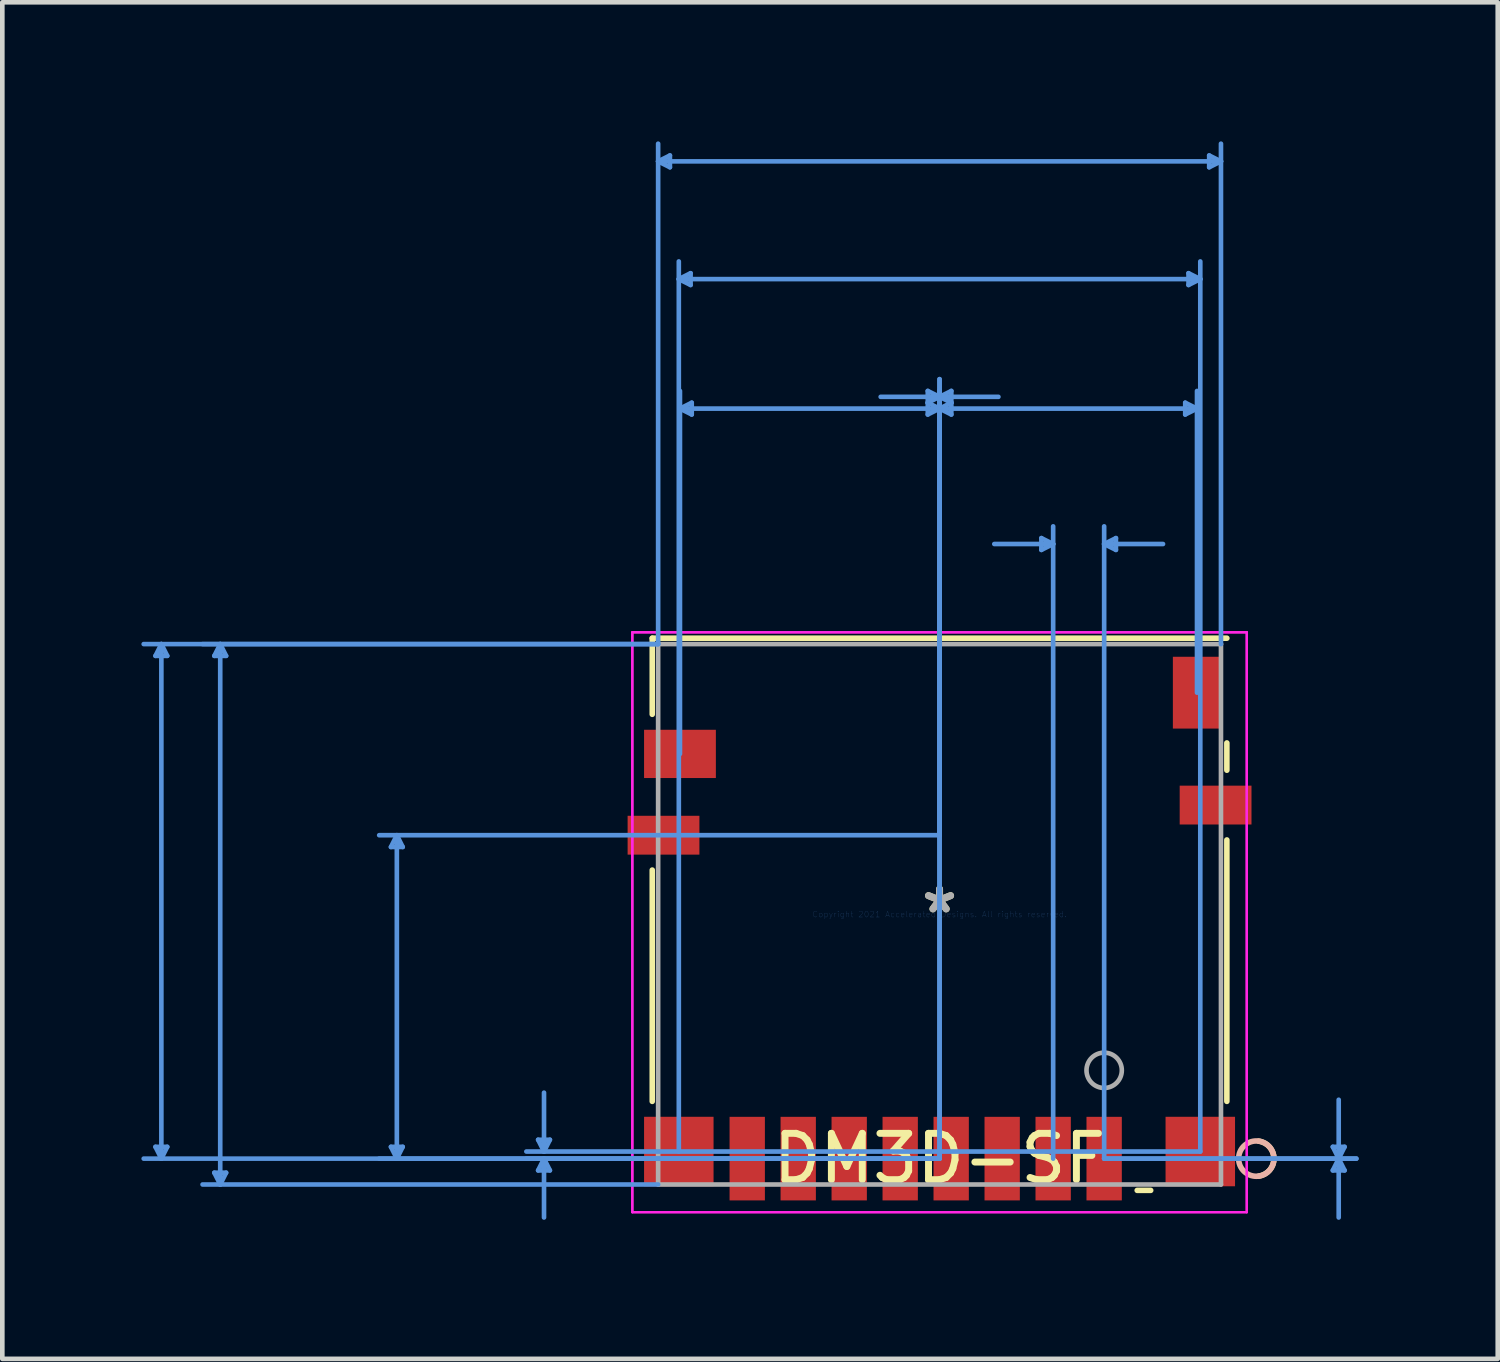
<source format=kicad_pcb>
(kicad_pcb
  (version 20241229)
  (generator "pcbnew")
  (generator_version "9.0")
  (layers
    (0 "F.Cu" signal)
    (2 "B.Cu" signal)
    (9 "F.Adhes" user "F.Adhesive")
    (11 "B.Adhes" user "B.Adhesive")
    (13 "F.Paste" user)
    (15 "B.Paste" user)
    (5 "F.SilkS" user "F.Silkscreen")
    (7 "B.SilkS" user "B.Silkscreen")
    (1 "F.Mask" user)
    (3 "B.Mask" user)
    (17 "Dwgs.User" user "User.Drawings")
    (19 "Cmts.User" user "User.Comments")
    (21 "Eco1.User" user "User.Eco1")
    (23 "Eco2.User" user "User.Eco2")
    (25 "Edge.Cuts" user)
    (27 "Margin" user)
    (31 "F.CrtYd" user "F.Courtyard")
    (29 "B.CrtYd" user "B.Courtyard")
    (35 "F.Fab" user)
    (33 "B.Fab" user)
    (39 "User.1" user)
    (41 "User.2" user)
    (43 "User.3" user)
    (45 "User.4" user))
  (footprint "DM3D-SF"
    (layer "F.Cu")
    (at 17.219 16.674)
    (property "Reference" "DM3D-SF" (at 0 5.271 0) (layer "F.SilkS") (effects (font (size 1 1) (thickness 0.15))))
    (attr through_hole)
    (fp_line (start -6.198 -5.956) (end -6.198 -4.314) (stroke (width 0.12) (type solid)) (layer "F.SilkS"))
    (fp_line (start -6.198 -0.954) (end -6.198 4.036) (stroke (width 0.12) (type solid)) (layer "F.SilkS"))
    (fp_line (start 4.264 5.956) (end 4.555 5.956) (stroke (width 0.12) (type solid)) (layer "F.SilkS"))
    (fp_line (start 6.198 -5.956) (end -6.198 -5.956) (stroke (width 0.12) (type solid)) (layer "F.SilkS"))
    (fp_line (start 6.198 -3.108) (end 6.198 -3.697) (stroke (width 0.12) (type solid)) (layer "F.SilkS"))
    (fp_line (start 6.198 4.036) (end 6.198 -1.604) (stroke (width 0.12) (type solid)) (layer "F.SilkS"))
    (fp_arc (start 6.88484 4.893299) (mid 7.119884 5.020443) (end 7.2136 5.270701) (stroke (width 0.12) (type solid)) (layer "F.SilkS"))
    (fp_arc (start 7.213599 5.270701) (mid 7.119883 5.520958) (end 6.88484 5.648102) (stroke (width 0.12) (type solid)) (layer "F.SilkS"))
    (fp_circle (center 6.833 5.271) (end 7.214 5.271) (stroke (width 0.12) (type solid)) (fill no) (layer "B.SilkS"))
    (fp_line (start -16.915 -5.575) (end -16.661 -5.575) (stroke (width 0.1) (type solid)) (layer "Cmts.User"))
    (fp_line (start -16.915 5.017) (end -16.661 5.017) (stroke (width 0.1) (type solid)) (layer "Cmts.User"))
    (fp_line (start -16.788 -5.829) (end -16.915 -5.575) (stroke (width 0.1) (type solid)) (layer "Cmts.User"))
    (fp_line (start -16.788 -5.829) (end -16.788 5.271) (stroke (width 0.1) (type solid)) (layer "Cmts.User"))
    (fp_line (start -16.788 -5.829) (end -16.661 -5.575) (stroke (width 0.1) (type solid)) (layer "Cmts.User"))
    (fp_line (start -16.788 5.271) (end -16.915 5.017) (stroke (width 0.1) (type solid)) (layer "Cmts.User"))
    (fp_line (start -16.788 5.271) (end -16.661 5.017) (stroke (width 0.1) (type solid)) (layer "Cmts.User"))
    (fp_line (start -15.645 -5.575) (end -15.391 -5.575) (stroke (width 0.1) (type solid)) (layer "Cmts.User"))
    (fp_line (start -15.645 5.575) (end -15.391 5.575) (stroke (width 0.1) (type solid)) (layer "Cmts.User"))
    (fp_line (start -15.518 -5.829) (end -15.645 -5.575) (stroke (width 0.1) (type solid)) (layer "Cmts.User"))
    (fp_line (start -15.518 -5.829) (end -15.518 5.829) (stroke (width 0.1) (type solid)) (layer "Cmts.User"))
    (fp_line (start -15.518 -5.829) (end -15.391 -5.575) (stroke (width 0.1) (type solid)) (layer "Cmts.User"))
    (fp_line (start -15.518 5.829) (end -15.645 5.575) (stroke (width 0.1) (type solid)) (layer "Cmts.User"))
    (fp_line (start -15.518 5.829) (end -15.391 5.575) (stroke (width 0.1) (type solid)) (layer "Cmts.User"))
    (fp_line (start -11.835 -1.452) (end -11.581 -1.452) (stroke (width 0.1) (type solid)) (layer "Cmts.User"))
    (fp_line (start -11.835 5.017) (end -11.581 5.017) (stroke (width 0.1) (type solid)) (layer "Cmts.User"))
    (fp_line (start -11.708 -1.706) (end -11.835 -1.452) (stroke (width 0.1) (type solid)) (layer "Cmts.User"))
    (fp_line (start -11.708 -1.706) (end -11.708 5.271) (stroke (width 0.1) (type solid)) (layer "Cmts.User"))
    (fp_line (start -11.708 -1.706) (end -11.581 -1.452) (stroke (width 0.1) (type solid)) (layer "Cmts.User"))
    (fp_line (start -11.708 5.271) (end -11.835 5.017) (stroke (width 0.1) (type solid)) (layer "Cmts.User"))
    (fp_line (start -11.708 5.271) (end -11.581 5.017) (stroke (width 0.1) (type solid)) (layer "Cmts.User"))
    (fp_line (start -8.66 4.864) (end -8.406 4.864) (stroke (width 0.1) (type solid)) (layer "Cmts.User"))
    (fp_line (start -8.66 5.525) (end -8.406 5.525) (stroke (width 0.1) (type solid)) (layer "Cmts.User"))
    (fp_line (start -8.533 5.118) (end -8.66 4.864) (stroke (width 0.1) (type solid)) (layer "Cmts.User"))
    (fp_line (start -8.533 5.118) (end -8.533 3.848) (stroke (width 0.1) (type solid)) (layer "Cmts.User"))
    (fp_line (start -8.533 5.118) (end -8.406 4.864) (stroke (width 0.1) (type solid)) (layer "Cmts.User"))
    (fp_line (start -8.533 5.271) (end -8.66 5.525) (stroke (width 0.1) (type solid)) (layer "Cmts.User"))
    (fp_line (start -8.533 5.271) (end -8.533 6.541) (stroke (width 0.1) (type solid)) (layer "Cmts.User"))
    (fp_line (start -8.533 5.271) (end -8.406 5.525) (stroke (width 0.1) (type solid)) (layer "Cmts.User"))
    (fp_line (start -6.071 -16.243) (end -5.817 -16.37) (stroke (width 0.1) (type solid)) (layer "Cmts.User"))
    (fp_line (start -6.071 -16.243) (end -5.817 -16.116) (stroke (width 0.1) (type solid)) (layer "Cmts.User"))
    (fp_line (start -6.071 -16.243) (end 6.071 -16.243) (stroke (width 0.1) (type solid)) (layer "Cmts.User"))
    (fp_line (start -6.071 -5.829) (end -17.169 -5.829) (stroke (width 0.1) (type solid)) (layer "Cmts.User"))
    (fp_line (start -6.071 -5.829) (end -15.899 -5.829) (stroke (width 0.1) (type solid)) (layer "Cmts.User"))
    (fp_line (start -6.071 -5.829) (end -6.071 -16.624) (stroke (width 0.1) (type solid)) (layer "Cmts.User"))
    (fp_line (start -6.071 5.829) (end -15.899 5.829) (stroke (width 0.1) (type solid)) (layer "Cmts.User"))
    (fp_line (start -5.817 -16.37) (end -5.817 -16.116) (stroke (width 0.1) (type solid)) (layer "Cmts.User"))
    (fp_line (start -5.625 -13.703) (end -5.371 -13.83) (stroke (width 0.1) (type solid)) (layer "Cmts.User"))
    (fp_line (start -5.625 -13.703) (end -5.371 -13.576) (stroke (width 0.1) (type solid)) (layer "Cmts.User"))
    (fp_line (start -5.625 -13.703) (end 5.625 -13.703) (stroke (width 0.1) (type solid)) (layer "Cmts.User"))
    (fp_line (start -5.625 5.118) (end -5.625 -14.084) (stroke (width 0.1) (type solid)) (layer "Cmts.User"))
    (fp_line (start -5.6 -10.909) (end -5.346 -11.036) (stroke (width 0.1) (type solid)) (layer "Cmts.User"))
    (fp_line (start -5.6 -10.909) (end -5.346 -10.782) (stroke (width 0.1) (type solid)) (layer "Cmts.User"))
    (fp_line (start -5.6 -10.909) (end 0 -10.909) (stroke (width 0.1) (type solid)) (layer "Cmts.User"))
    (fp_line (start -5.6 -3.46) (end -5.6 -11.29) (stroke (width 0.1) (type solid)) (layer "Cmts.User"))
    (fp_line (start -5.371 -13.83) (end -5.371 -13.576) (stroke (width 0.1) (type solid)) (layer "Cmts.User"))
    (fp_line (start -5.346 -11.036) (end -5.346 -10.782) (stroke (width 0.1) (type solid)) (layer "Cmts.User"))
    (fp_line (start -0.254 -11.29) (end -0.254 -11.036) (stroke (width 0.1) (type solid)) (layer "Cmts.User"))
    (fp_line (start -0.254 -11.036) (end -0.254 -10.782) (stroke (width 0.1) (type solid)) (layer "Cmts.User"))
    (fp_line (start 0 -11.163) (end -1.27 -11.163) (stroke (width 0.1) (type solid)) (layer "Cmts.User"))
    (fp_line (start 0 -11.163) (end -0.254 -11.29) (stroke (width 0.1) (type solid)) (layer "Cmts.User"))
    (fp_line (start 0 -11.163) (end -0.254 -11.036) (stroke (width 0.1) (type solid)) (layer "Cmts.User"))
    (fp_line (start 0 -11.163) (end 0.254 -11.29) (stroke (width 0.1) (type solid)) (layer "Cmts.User"))
    (fp_line (start 0 -11.163) (end 0.254 -11.036) (stroke (width 0.1) (type solid)) (layer "Cmts.User"))
    (fp_line (start 0 -11.163) (end 1.27 -11.163) (stroke (width 0.1) (type solid)) (layer "Cmts.User"))
    (fp_line (start 0 -10.909) (end -0.254 -11.036) (stroke (width 0.1) (type solid)) (layer "Cmts.User"))
    (fp_line (start 0 -10.909) (end -0.254 -10.782) (stroke (width 0.1) (type solid)) (layer "Cmts.User"))
    (fp_line (start 0 -10.909) (end 0.254 -11.036) (stroke (width 0.1) (type solid)) (layer "Cmts.User"))
    (fp_line (start 0 -10.909) (end 0.254 -10.782) (stroke (width 0.1) (type solid)) (layer "Cmts.User"))
    (fp_line (start 0 -10.909) (end 5.554 -10.909) (stroke (width 0.1) (type solid)) (layer "Cmts.User"))
    (fp_line (start 0 -1.706) (end -12.089 -1.706) (stroke (width 0.1) (type solid)) (layer "Cmts.User"))
    (fp_line (start 0 -1.706) (end 0 -11.544) (stroke (width 0.1) (type solid)) (layer "Cmts.User"))
    (fp_line (start 0 -1.706) (end 0 -11.544) (stroke (width 0.1) (type solid)) (layer "Cmts.User"))
    (fp_line (start 0 5.271) (end -17.169 5.271) (stroke (width 0.1) (type solid)) (layer "Cmts.User"))
    (fp_line (start 0 5.271) (end -12.089 5.271) (stroke (width 0.1) (type solid)) (layer "Cmts.User"))
    (fp_line (start 0 5.271) (end -8.914 5.271) (stroke (width 0.1) (type solid)) (layer "Cmts.User"))
    (fp_line (start 0 5.271) (end 0 -11.29) (stroke (width 0.1) (type solid)) (layer "Cmts.User"))
    (fp_line (start 0 5.271) (end 0 -11.29) (stroke (width 0.1) (type solid)) (layer "Cmts.User"))
    (fp_line (start 0.254 -11.29) (end 0.254 -11.036) (stroke (width 0.1) (type solid)) (layer "Cmts.User"))
    (fp_line (start 0.254 -11.036) (end 0.254 -10.782) (stroke (width 0.1) (type solid)) (layer "Cmts.User"))
    (fp_line (start 2.197 -8.115) (end 2.197 -7.861) (stroke (width 0.1) (type solid)) (layer "Cmts.User"))
    (fp_line (start 2.451 -7.988) (end 1.181 -7.988) (stroke (width 0.1) (type solid)) (layer "Cmts.User"))
    (fp_line (start 2.451 -7.988) (end 2.197 -8.115) (stroke (width 0.1) (type solid)) (layer "Cmts.User"))
    (fp_line (start 2.451 -7.988) (end 2.197 -7.861) (stroke (width 0.1) (type solid)) (layer "Cmts.User"))
    (fp_line (start 2.451 5.271) (end 2.451 -8.369) (stroke (width 0.1) (type solid)) (layer "Cmts.User"))
    (fp_line (start 3.551 -7.988) (end 3.805 -8.115) (stroke (width 0.1) (type solid)) (layer "Cmts.User"))
    (fp_line (start 3.551 -7.988) (end 3.805 -7.861) (stroke (width 0.1) (type solid)) (layer "Cmts.User"))
    (fp_line (start 3.551 -7.988) (end 4.821 -7.988) (stroke (width 0.1) (type solid)) (layer "Cmts.User"))
    (fp_line (start 3.551 5.271) (end 3.551 -8.369) (stroke (width 0.1) (type solid)) (layer "Cmts.User"))
    (fp_line (start 3.551 5.271) (end 8.992 5.271) (stroke (width 0.1) (type solid)) (layer "Cmts.User"))
    (fp_line (start 3.551 5.271) (end 8.992 5.271) (stroke (width 0.1) (type solid)) (layer "Cmts.User"))
    (fp_line (start 3.805 -8.115) (end 3.805 -7.861) (stroke (width 0.1) (type solid)) (layer "Cmts.User"))
    (fp_line (start 5.3 -11.036) (end 5.3 -10.782) (stroke (width 0.1) (type solid)) (layer "Cmts.User"))
    (fp_line (start 5.371 -13.83) (end 5.371 -13.576) (stroke (width 0.1) (type solid)) (layer "Cmts.User"))
    (fp_line (start 5.554 -10.909) (end 5.3 -11.036) (stroke (width 0.1) (type solid)) (layer "Cmts.User"))
    (fp_line (start 5.554 -10.909) (end 5.3 -10.782) (stroke (width 0.1) (type solid)) (layer "Cmts.User"))
    (fp_line (start 5.554 -4.781) (end 5.554 -11.29) (stroke (width 0.1) (type solid)) (layer "Cmts.User"))
    (fp_line (start 5.625 -13.703) (end 5.371 -13.83) (stroke (width 0.1) (type solid)) (layer "Cmts.User"))
    (fp_line (start 5.625 -13.703) (end 5.371 -13.576) (stroke (width 0.1) (type solid)) (layer "Cmts.User"))
    (fp_line (start 5.625 5.118) (end -8.914 5.118) (stroke (width 0.1) (type solid)) (layer "Cmts.User"))
    (fp_line (start 5.625 5.118) (end 5.625 -14.084) (stroke (width 0.1) (type solid)) (layer "Cmts.User"))
    (fp_line (start 5.817 -16.37) (end 5.817 -16.116) (stroke (width 0.1) (type solid)) (layer "Cmts.User"))
    (fp_line (start 6.071 -16.243) (end 5.817 -16.37) (stroke (width 0.1) (type solid)) (layer "Cmts.User"))
    (fp_line (start 6.071 -16.243) (end 5.817 -16.116) (stroke (width 0.1) (type solid)) (layer "Cmts.User"))
    (fp_line (start 6.071 -5.829) (end 6.071 -16.624) (stroke (width 0.1) (type solid)) (layer "Cmts.User"))
    (fp_line (start 8.484 5.017) (end 8.738 5.017) (stroke (width 0.1) (type solid)) (layer "Cmts.User"))
    (fp_line (start 8.484 5.525) (end 8.738 5.525) (stroke (width 0.1) (type solid)) (layer "Cmts.User"))
    (fp_line (start 8.611 5.271) (end 8.484 5.017) (stroke (width 0.1) (type solid)) (layer "Cmts.User"))
    (fp_line (start 8.611 5.271) (end 8.484 5.525) (stroke (width 0.1) (type solid)) (layer "Cmts.User"))
    (fp_line (start 8.611 5.271) (end 8.611 4.001) (stroke (width 0.1) (type solid)) (layer "Cmts.User"))
    (fp_line (start 8.611 5.271) (end 8.611 6.541) (stroke (width 0.1) (type solid)) (layer "Cmts.User"))
    (fp_line (start 8.611 5.271) (end 8.738 5.017) (stroke (width 0.1) (type solid)) (layer "Cmts.User"))
    (fp_line (start 8.611 5.271) (end 8.738 5.525) (stroke (width 0.1) (type solid)) (layer "Cmts.User"))
    (fp_line (start -6.628 -6.083) (end -6.628 6.426) (stroke (width 0.05) (type solid)) (layer "F.CrtYd"))
    (fp_line (start -6.628 -6.083) (end -6.628 6.426) (stroke (width 0.05) (type solid)) (layer "F.CrtYd"))
    (fp_line (start -6.628 6.426) (end 6.628 6.426) (stroke (width 0.05) (type solid)) (layer "F.CrtYd"))
    (fp_line (start -6.628 6.426) (end 6.628 6.426) (stroke (width 0.05) (type solid)) (layer "F.CrtYd"))
    (fp_line (start 6.628 -6.083) (end -6.628 -6.083) (stroke (width 0.05) (type solid)) (layer "F.CrtYd"))
    (fp_line (start 6.628 -6.083) (end -6.628 -6.083) (stroke (width 0.05) (type solid)) (layer "F.CrtYd"))
    (fp_line (start 6.628 6.426) (end 6.628 -6.083) (stroke (width 0.05) (type solid)) (layer "F.CrtYd"))
    (fp_line (start 6.628 6.426) (end 6.628 -6.083) (stroke (width 0.05) (type solid)) (layer "F.CrtYd"))
    (fp_line (start -6.071 -5.829) (end -6.071 5.829) (stroke (width 0.1) (type solid)) (layer "F.Fab"))
    (fp_line (start -6.071 5.829) (end 6.071 5.829) (stroke (width 0.1) (type solid)) (layer "F.Fab"))
    (fp_line (start 6.071 -5.829) (end -6.071 -5.829) (stroke (width 0.1) (type solid)) (layer "F.Fab"))
    (fp_line (start 6.071 5.829) (end 6.071 -5.829) (stroke (width 0.1) (type solid)) (layer "F.Fab"))
    (fp_circle (center 3.551 3.366) (end 3.932 3.366) (stroke (width 0.1) (type solid)) (fill no) (layer "F.Fab"))
    (fp_text user "*" (at 0 0 0) (layer "F.SilkS") (effects (font (size 1 1) (thickness 0.15))))
    (fp_text user "Copyright 2021 Accelerated Designs. All rights reserved." (at 0 0 0) (layer "Cmts.User") (effects (font (size 0.127 0.127) (thickness 0.002))))
    (fp_text user "*" (at 0 0 0) (layer "F.Fab") (effects (font (size 1 1) (thickness 0.15))))
    (pad "1" smd rect (at 3.551 5.271) (size 0.762 1.803) (layers "F.Cu" "F.Mask" "F.Paste"))
    (pad "2" smd rect (at 2.451 5.271) (size 0.762 1.803) (layers "F.Cu" "F.Mask" "F.Paste"))
    (pad "3" smd rect (at 1.351 5.271) (size 0.762 1.803) (layers "F.Cu" "F.Mask" "F.Paste"))
    (pad "4" smd rect (at 0.251 5.271) (size 0.762 1.803) (layers "F.Cu" "F.Mask" "F.Paste"))
    (pad "5" smd rect (at -0.849 5.271) (size 0.762 1.803) (layers "F.Cu" "F.Mask" "F.Paste"))
    (pad "6" smd rect (at -1.949 5.271) (size 0.762 1.803) (layers "F.Cu" "F.Mask" "F.Paste"))
    (pad "7" smd rect (at -3.049 5.271) (size 0.762 1.803) (layers "F.Cu" "F.Mask" "F.Paste"))
    (pad "8" smd rect (at -4.149 5.271) (size 0.762 1.803) (layers "F.Cu" "F.Mask" "F.Paste"))
    (pad "9" smd rect (at -5.625 5.118) (size 1.499 1.499) (layers "F.Cu" "F.Mask" "F.Paste"))
    (pad "10" smd rect (at 5.625 5.118) (size 1.499 1.499) (layers "F.Cu" "F.Mask" "F.Paste"))
    (pad "11" smd rect (at -5.955 -1.706) (size 1.549 0.838) (layers "F.Cu" "F.Mask" "F.Paste"))
    (pad "12" smd rect (at 5.955 -2.356) (size 1.549 0.838) (layers "F.Cu" "F.Mask" "F.Paste"))
    (pad "13" smd rect (at -5.6 -3.46) (size 1.549 1.041) (layers "F.Cu" "F.Mask" "F.Paste"))
    (pad "14" smd rect (at 5.554 -4.781) (size 1.041 1.549) (layers "F.Cu" "F.Mask" "F.Paste")))
  (gr_rect
    (start -3 -3)
    (end 29.261 26.265)
    (stroke (width 0.1) (type default))
    (fill no)
    (layer "Edge.Cuts")))
</source>
